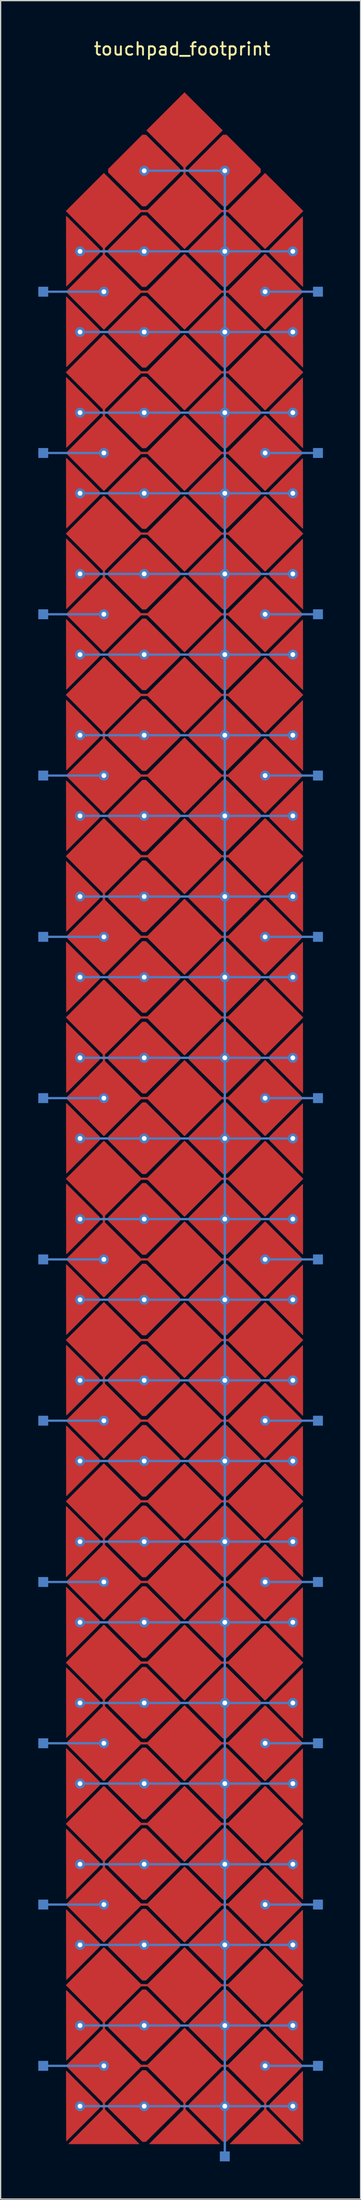
<source format=kicad_pcb>
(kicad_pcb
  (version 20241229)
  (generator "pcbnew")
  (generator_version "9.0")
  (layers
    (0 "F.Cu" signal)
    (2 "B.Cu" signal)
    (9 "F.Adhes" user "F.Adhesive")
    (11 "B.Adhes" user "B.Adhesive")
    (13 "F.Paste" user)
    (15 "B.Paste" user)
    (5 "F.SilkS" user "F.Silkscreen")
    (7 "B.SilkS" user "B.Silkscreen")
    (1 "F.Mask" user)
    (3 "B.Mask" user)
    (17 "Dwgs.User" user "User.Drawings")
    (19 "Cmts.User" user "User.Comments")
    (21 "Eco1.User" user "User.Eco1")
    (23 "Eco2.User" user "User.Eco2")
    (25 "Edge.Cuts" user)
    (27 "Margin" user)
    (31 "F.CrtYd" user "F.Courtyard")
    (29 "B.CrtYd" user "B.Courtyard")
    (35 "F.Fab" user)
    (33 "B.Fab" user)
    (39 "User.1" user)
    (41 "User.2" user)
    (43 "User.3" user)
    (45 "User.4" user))
  (footprint "touchpad_footprint"
    (layer "F.Cu")
    (at 2.225 20.172)
    (property "Reference" "touchpad_footprint" (at 9.234 -19.324 0) (layer "F.SilkS") (effects (font (size 1 1) (thickness 0.15))))
    (attr through_hole)
    (fp_line (start 3 -3.42) (end 3 -3) (stroke (width 0.18) (type solid)) (layer "F.Cu"))
    (fp_line (start 3 9.42) (end 3 9.84) (stroke (width 0.18) (type solid)) (layer "F.Cu"))
    (fp_line (start 3 22.26) (end 3 22.68) (stroke (width 0.18) (type solid)) (layer "F.Cu"))
    (fp_line (start 3 35.1) (end 3 35.52) (stroke (width 0.18) (type solid)) (layer "F.Cu"))
    (fp_line (start 3 47.94) (end 3 48.36) (stroke (width 0.18) (type solid)) (layer "F.Cu"))
    (fp_line (start 3 60.78) (end 3 61.2) (stroke (width 0.18) (type solid)) (layer "F.Cu"))
    (fp_line (start 3 73.62) (end 3 74.04) (stroke (width 0.18) (type solid)) (layer "F.Cu"))
    (fp_line (start 3 86.46) (end 3 86.88) (stroke (width 0.18) (type solid)) (layer "F.Cu"))
    (fp_line (start 3 99.3) (end 3 99.72) (stroke (width 0.18) (type solid)) (layer "F.Cu"))
    (fp_line (start 3 112.14) (end 3 112.56) (stroke (width 0.18) (type solid)) (layer "F.Cu"))
    (fp_line (start 3 124.98) (end 3 125.4) (stroke (width 0.18) (type solid)) (layer "F.Cu"))
    (fp_line (start 3 137.82) (end 3 138.24) (stroke (width 0.18) (type solid)) (layer "F.Cu"))
    (fp_line (start 3 144.91) (end 3 144.05) (stroke (width 0.18) (type solid)) (layer "F.Cu"))
    (fp_line (start 6 -6.42) (end 6.42 -6.42) (stroke (width 0.18) (type solid)) (layer "F.Cu"))
    (fp_line (start 6 0) (end 6.42 0) (stroke (width 0.18) (type solid)) (layer "F.Cu"))
    (fp_line (start 6 6.42) (end 6.42 6.42) (stroke (width 0.18) (type solid)) (layer "F.Cu"))
    (fp_line (start 6 12.84) (end 6.42 12.84) (stroke (width 0.18) (type solid)) (layer "F.Cu"))
    (fp_line (start 6 19.26) (end 6.42 19.26) (stroke (width 0.18) (type solid)) (layer "F.Cu"))
    (fp_line (start 6 25.68) (end 6.42 25.68) (stroke (width 0.18) (type solid)) (layer "F.Cu"))
    (fp_line (start 6 32.1) (end 6.42 32.1) (stroke (width 0.18) (type solid)) (layer "F.Cu"))
    (fp_line (start 6 38.52) (end 6.42 38.52) (stroke (width 0.18) (type solid)) (layer "F.Cu"))
    (fp_line (start 6 44.94) (end 6.42 44.94) (stroke (width 0.18) (type solid)) (layer "F.Cu"))
    (fp_line (start 6 51.36) (end 6.42 51.36) (stroke (width 0.18) (type solid)) (layer "F.Cu"))
    (fp_line (start 6 57.78) (end 6.42 57.78) (stroke (width 0.18) (type solid)) (layer "F.Cu"))
    (fp_line (start 6 64.2) (end 6.42 64.2) (stroke (width 0.18) (type solid)) (layer "F.Cu"))
    (fp_line (start 6 70.62) (end 6.42 70.62) (stroke (width 0.18) (type solid)) (layer "F.Cu"))
    (fp_line (start 6 77.04) (end 6.42 77.04) (stroke (width 0.18) (type solid)) (layer "F.Cu"))
    (fp_line (start 6 83.46) (end 6.42 83.46) (stroke (width 0.18) (type solid)) (layer "F.Cu"))
    (fp_line (start 6 89.88) (end 6.42 89.88) (stroke (width 0.18) (type solid)) (layer "F.Cu"))
    (fp_line (start 6 96.3) (end 6.42 96.3) (stroke (width 0.18) (type solid)) (layer "F.Cu"))
    (fp_line (start 6 102.72) (end 6.42 102.72) (stroke (width 0.18) (type solid)) (layer "F.Cu"))
    (fp_line (start 6 109.14) (end 6.42 109.14) (stroke (width 0.18) (type solid)) (layer "F.Cu"))
    (fp_line (start 6 115.56) (end 6.42 115.56) (stroke (width 0.18) (type solid)) (layer "F.Cu"))
    (fp_line (start 6 121.98) (end 6.42 121.98) (stroke (width 0.18) (type solid)) (layer "F.Cu"))
    (fp_line (start 6 128.4) (end 6.42 128.4) (stroke (width 0.18) (type solid)) (layer "F.Cu"))
    (fp_line (start 6 134.82) (end 6.42 134.82) (stroke (width 0.18) (type solid)) (layer "F.Cu"))
    (fp_line (start 6 141.24) (end 6.42 141.24) (stroke (width 0.18) (type solid)) (layer "F.Cu"))
    (fp_line (start 9.42 -10.05) (end 9.42 -9.21) (stroke (width 0.18) (type solid)) (layer "F.Cu"))
    (fp_line (start 9.42 144.89) (end 9.42 144.05) (stroke (width 0.18) (type solid)) (layer "F.Cu"))
    (fp_line (start 12.42 -6.42) (end 12.84 -6.42) (stroke (width 0.18) (type solid)) (layer "F.Cu"))
    (fp_line (start 12.42 0) (end 12.84 0) (stroke (width 0.18) (type solid)) (layer "F.Cu"))
    (fp_line (start 12.42 6.42) (end 12.84 6.42) (stroke (width 0.18) (type solid)) (layer "F.Cu"))
    (fp_line (start 12.42 12.84) (end 12.84 12.84) (stroke (width 0.18) (type solid)) (layer "F.Cu"))
    (fp_line (start 12.42 19.26) (end 12.84 19.26) (stroke (width 0.18) (type solid)) (layer "F.Cu"))
    (fp_line (start 12.42 25.68) (end 12.84 25.68) (stroke (width 0.18) (type solid)) (layer "F.Cu"))
    (fp_line (start 12.42 32.1) (end 12.84 32.1) (stroke (width 0.18) (type solid)) (layer "F.Cu"))
    (fp_line (start 12.42 38.52) (end 12.84 38.52) (stroke (width 0.18) (type solid)) (layer "F.Cu"))
    (fp_line (start 12.42 44.94) (end 12.84 44.94) (stroke (width 0.18) (type solid)) (layer "F.Cu"))
    (fp_line (start 12.42 51.36) (end 12.84 51.36) (stroke (width 0.18) (type solid)) (layer "F.Cu"))
    (fp_line (start 12.42 57.78) (end 12.84 57.78) (stroke (width 0.18) (type solid)) (layer "F.Cu"))
    (fp_line (start 12.42 64.2) (end 12.84 64.2) (stroke (width 0.18) (type solid)) (layer "F.Cu"))
    (fp_line (start 12.42 70.62) (end 12.84 70.62) (stroke (width 0.18) (type solid)) (layer "F.Cu"))
    (fp_line (start 12.42 77.04) (end 12.84 77.04) (stroke (width 0.18) (type solid)) (layer "F.Cu"))
    (fp_line (start 12.42 83.46) (end 12.84 83.46) (stroke (width 0.18) (type solid)) (layer "F.Cu"))
    (fp_line (start 12.42 89.88) (end 12.84 89.88) (stroke (width 0.18) (type solid)) (layer "F.Cu"))
    (fp_line (start 12.42 96.3) (end 12.84 96.3) (stroke (width 0.18) (type solid)) (layer "F.Cu"))
    (fp_line (start 12.42 102.72) (end 12.84 102.72) (stroke (width 0.18) (type solid)) (layer "F.Cu"))
    (fp_line (start 12.42 109.14) (end 12.84 109.14) (stroke (width 0.18) (type solid)) (layer "F.Cu"))
    (fp_line (start 12.42 115.56) (end 12.84 115.56) (stroke (width 0.18) (type solid)) (layer "F.Cu"))
    (fp_line (start 12.42 121.98) (end 12.84 121.98) (stroke (width 0.18) (type solid)) (layer "F.Cu"))
    (fp_line (start 12.42 128.4) (end 12.84 128.4) (stroke (width 0.18) (type solid)) (layer "F.Cu"))
    (fp_line (start 12.42 134.82) (end 12.84 134.82) (stroke (width 0.18) (type solid)) (layer "F.Cu"))
    (fp_line (start 12.42 141.24) (end 12.84 141.24) (stroke (width 0.18) (type solid)) (layer "F.Cu"))
    (fp_line (start 15.85 144.89) (end 15.85 144.05) (stroke (width 0.18) (type solid)) (layer "F.Cu"))
    (fp_poly (pts (xy 2.79 99.51) (xy 0 102.3) (xy 0 96.72)) (stroke (width 0.05) (type solid)) (fill yes) (layer "F.Cu"))
    (fp_poly (pts (xy 3 144.66) (xy 0.21 147.45) (xy 5.79 147.45)) (stroke (width 0.05) (type solid)) (fill yes) (layer "F.Cu"))
    (fp_poly (pts (xy 9.43 144.66) (xy 6.64 147.45) (xy 12.22 147.45)) (stroke (width 0.05) (type solid)) (fill yes) (layer "F.Cu"))
    (fp_poly (pts (xy 15.85 144.66) (xy 13.06 147.45) (xy 18.64 147.45)) (stroke (width 0.05) (type solid)) (fill yes) (layer "F.Cu"))
    (fp_poly (pts (xy 2.65 -3.35) (xy 2.65 -3.08) (xy 0.02 -0.45) (xy 0.01 -6)) (stroke (width 0.05) (type solid)) (fill yes) (layer "F.Cu"))
    (fp_poly (pts (xy 2.65 3.07) (xy 2.65 3.34) (xy 0.02 5.97) (xy 0.01 0.42)) (stroke (width 0.05) (type solid)) (fill yes) (layer "F.Cu"))
    (fp_poly (pts (xy 2.65 9.49) (xy 2.65 9.76) (xy 0.02 12.39) (xy 0.01 6.84)) (stroke (width 0.05) (type solid)) (fill yes) (layer "F.Cu"))
    (fp_poly (pts (xy 2.65 15.91) (xy 2.65 16.18) (xy 0.02 18.81) (xy 0.01 13.26)) (stroke (width 0.05) (type solid)) (fill yes) (layer "F.Cu"))
    (fp_poly (pts (xy 2.65 22.33) (xy 2.65 22.6) (xy 0.02 25.23) (xy 0.01 19.68)) (stroke (width 0.05) (type solid)) (fill yes) (layer "F.Cu"))
    (fp_poly (pts (xy 2.65 28.75) (xy 2.65 29.02) (xy 0.02 31.65) (xy 0.01 26.1)) (stroke (width 0.05) (type solid)) (fill yes) (layer "F.Cu"))
    (fp_poly (pts (xy 2.65 35.17) (xy 2.65 35.44) (xy 0.02 38.07) (xy 0.01 32.52)) (stroke (width 0.05) (type solid)) (fill yes) (layer "F.Cu"))
    (fp_poly (pts (xy 2.65 41.59) (xy 2.65 41.86) (xy 0.02 44.49) (xy 0.01 38.94)) (stroke (width 0.05) (type solid)) (fill yes) (layer "F.Cu"))
    (fp_poly (pts (xy 2.65 48.01) (xy 2.65 48.28) (xy 0.02 50.91) (xy 0.01 45.36)) (stroke (width 0.05) (type solid)) (fill yes) (layer "F.Cu"))
    (fp_poly (pts (xy 2.65 54.43) (xy 2.65 54.7) (xy 0.02 57.33) (xy 0.01 51.78)) (stroke (width 0.05) (type solid)) (fill yes) (layer "F.Cu"))
    (fp_poly (pts (xy 2.65 60.85) (xy 2.65 61.12) (xy 0.02 63.75) (xy 0.01 58.2)) (stroke (width 0.05) (type solid)) (fill yes) (layer "F.Cu"))
    (fp_poly (pts (xy 2.65 67.27) (xy 2.65 67.54) (xy 0.02 70.17) (xy 0.01 64.62)) (stroke (width 0.05) (type solid)) (fill yes) (layer "F.Cu"))
    (fp_poly (pts (xy 2.65 73.69) (xy 2.65 73.96) (xy 0.02 76.59) (xy 0.01 71.04)) (stroke (width 0.05) (type solid)) (fill yes) (layer "F.Cu"))
    (fp_poly (pts (xy 2.65 80.11) (xy 2.65 80.38) (xy 0.02 83.01) (xy 0.01 77.46)) (stroke (width 0.05) (type solid)) (fill yes) (layer "F.Cu"))
    (fp_poly (pts (xy 2.65 86.53) (xy 2.65 86.8) (xy 0.02 89.43) (xy 0.01 83.88)) (stroke (width 0.05) (type solid)) (fill yes) (layer "F.Cu"))
    (fp_poly (pts (xy 2.65 92.95) (xy 2.65 93.22) (xy 0.02 95.85) (xy 0.01 90.3)) (stroke (width 0.05) (type solid)) (fill yes) (layer "F.Cu"))
    (fp_poly (pts (xy 2.65 99.37) (xy 2.65 99.64) (xy 0.02 102.27) (xy 0.01 96.72)) (stroke (width 0.05) (type solid)) (fill yes) (layer "F.Cu"))
    (fp_poly (pts (xy 2.65 105.79) (xy 2.65 106.06) (xy 0.02 108.69) (xy 0.01 103.14)) (stroke (width 0.05) (type solid)) (fill yes) (layer "F.Cu"))
    (fp_poly (pts (xy 2.65 112.21) (xy 2.65 112.48) (xy 0.02 115.11) (xy 0.01 109.56)) (stroke (width 0.05) (type solid)) (fill yes) (layer "F.Cu"))
    (fp_poly (pts (xy 2.65 118.63) (xy 2.65 118.9) (xy 0.02 121.53) (xy 0.01 115.98)) (stroke (width 0.05) (type solid)) (fill yes) (layer "F.Cu"))
    (fp_poly (pts (xy 2.65 125.05) (xy 2.65 125.32) (xy 0.02 127.95) (xy 0.01 122.4)) (stroke (width 0.05) (type solid)) (fill yes) (layer "F.Cu"))
    (fp_poly (pts (xy 2.65 131.47) (xy 2.65 131.74) (xy 0.02 134.37) (xy 0.01 128.82)) (stroke (width 0.05) (type solid)) (fill yes) (layer "F.Cu"))
    (fp_poly (pts (xy 2.65 137.89) (xy 2.65 138.16) (xy 0.02 140.79) (xy 0.01 135.24)) (stroke (width 0.05) (type solid)) (fill yes) (layer "F.Cu"))
    (fp_poly (pts (xy 2.65 144.31) (xy 2.65 144.58) (xy 0.02 147.21) (xy 0.01 141.66)) (stroke (width 0.05) (type solid)) (fill yes) (layer "F.Cu"))
    (fp_poly (pts (xy 6.01 -6.42) (xy 3 -3.42) (xy 0 -6.42) (xy 3 -9.42)) (stroke (width 0.05) (type solid)) (fill yes) (layer "F.Cu"))
    (fp_poly (pts (xy 6.01 0) (xy 3 3) (xy 0 0) (xy 3 -3)) (stroke (width 0.05) (type solid)) (fill yes) (layer "F.Cu"))
    (fp_poly (pts (xy 6.01 6.42) (xy 3 9.42) (xy 0 6.42) (xy 3 3.42)) (stroke (width 0.05) (type solid)) (fill yes) (layer "F.Cu"))
    (fp_poly (pts (xy 6.01 12.84) (xy 3 15.84) (xy 0 12.84) (xy 3 9.84)) (stroke (width 0.05) (type solid)) (fill yes) (layer "F.Cu"))
    (fp_poly (pts (xy 6.01 19.26) (xy 3 22.26) (xy 0 19.26) (xy 3 16.26)) (stroke (width 0.05) (type solid)) (fill yes) (layer "F.Cu"))
    (fp_poly (pts (xy 6.01 25.68) (xy 3 28.68) (xy 0 25.68) (xy 3 22.68)) (stroke (width 0.05) (type solid)) (fill yes) (layer "F.Cu"))
    (fp_poly (pts (xy 6.01 32.1) (xy 3 35.1) (xy 0 32.1) (xy 3 29.1)) (stroke (width 0.05) (type solid)) (fill yes) (layer "F.Cu"))
    (fp_poly (pts (xy 6.01 38.52) (xy 3 41.52) (xy 0 38.52) (xy 3 35.52)) (stroke (width 0.05) (type solid)) (fill yes) (layer "F.Cu"))
    (fp_poly (pts (xy 6.01 44.94) (xy 3 47.94) (xy 0 44.94) (xy 3 41.94)) (stroke (width 0.05) (type solid)) (fill yes) (layer "F.Cu"))
    (fp_poly (pts (xy 6.01 51.36) (xy 3 54.36) (xy 0 51.36) (xy 3 48.36)) (stroke (width 0.05) (type solid)) (fill yes) (layer "F.Cu"))
    (fp_poly (pts (xy 6.01 57.78) (xy 3 60.78) (xy 0 57.78) (xy 3 54.78)) (stroke (width 0.05) (type solid)) (fill yes) (layer "F.Cu"))
    (fp_poly (pts (xy 6.01 64.2) (xy 3 67.2) (xy 0 64.2) (xy 3 61.2)) (stroke (width 0.05) (type solid)) (fill yes) (layer "F.Cu"))
    (fp_poly (pts (xy 6.01 70.62) (xy 3 73.62) (xy 0 70.62) (xy 3 67.62)) (stroke (width 0.05) (type solid)) (fill yes) (layer "F.Cu"))
    (fp_poly (pts (xy 6.01 77.04) (xy 3 80.04) (xy 0 77.04) (xy 3 74.04)) (stroke (width 0.05) (type solid)) (fill yes) (layer "F.Cu"))
    (fp_poly (pts (xy 6.01 83.46) (xy 3 86.46) (xy 0 83.46) (xy 3 80.46)) (stroke (width 0.05) (type solid)) (fill yes) (layer "F.Cu"))
    (fp_poly (pts (xy 6.01 89.88) (xy 3 92.88) (xy 0 89.88) (xy 3 86.88)) (stroke (width 0.05) (type solid)) (fill yes) (layer "F.Cu"))
    (fp_poly (pts (xy 6.01 96.3) (xy 3 99.3) (xy 0 96.3) (xy 3 93.3)) (stroke (width 0.05) (type solid)) (fill yes) (layer "F.Cu"))
    (fp_poly (pts (xy 6.01 102.72) (xy 3 105.72) (xy 0 102.72) (xy 3 99.72)) (stroke (width 0.05) (type solid)) (fill yes) (layer "F.Cu"))
    (fp_poly (pts (xy 6.01 109.14) (xy 3 112.14) (xy 0 109.14) (xy 3 106.14)) (stroke (width 0.05) (type solid)) (fill yes) (layer "F.Cu"))
    (fp_poly (pts (xy 6.01 115.56) (xy 3 118.56) (xy 0 115.56) (xy 3 112.56)) (stroke (width 0.05) (type solid)) (fill yes) (layer "F.Cu"))
    (fp_poly (pts (xy 6.01 121.98) (xy 3 124.98) (xy 0 121.98) (xy 3 118.98)) (stroke (width 0.05) (type solid)) (fill yes) (layer "F.Cu"))
    (fp_poly (pts (xy 6.01 128.4) (xy 3 131.4) (xy 0 128.4) (xy 3 125.4)) (stroke (width 0.05) (type solid)) (fill yes) (layer "F.Cu"))
    (fp_poly (pts (xy 6.01 134.82) (xy 3 137.82) (xy 0 134.82) (xy 3 131.82)) (stroke (width 0.05) (type solid)) (fill yes) (layer "F.Cu"))
    (fp_poly (pts (xy 6.01 141.24) (xy 3 144.24) (xy 0 141.24) (xy 3 138.24)) (stroke (width 0.05) (type solid)) (fill yes) (layer "F.Cu"))
    (fp_poly (pts (xy 12.43 -12.84) (xy 9.42 -9.84) (xy 6.42 -12.84) (xy 9.42 -15.84)) (stroke (width 0.05) (type solid)) (fill yes) (layer "F.Cu"))
    (fp_poly (pts (xy 12.43 -6.42) (xy 9.42 -3.42) (xy 6.42 -6.42) (xy 9.42 -9.42)) (stroke (width 0.05) (type solid)) (fill yes) (layer "F.Cu"))
    (fp_poly (pts (xy 12.43 0) (xy 9.42 3) (xy 6.42 0) (xy 9.42 -3)) (stroke (width 0.05) (type solid)) (fill yes) (layer "F.Cu"))
    (fp_poly (pts (xy 12.43 6.42) (xy 9.42 9.42) (xy 6.42 6.42) (xy 9.42 3.42)) (stroke (width 0.05) (type solid)) (fill yes) (layer "F.Cu"))
    (fp_poly (pts (xy 12.43 12.84) (xy 9.42 15.84) (xy 6.42 12.84) (xy 9.42 9.84)) (stroke (width 0.05) (type solid)) (fill yes) (layer "F.Cu"))
    (fp_poly (pts (xy 12.43 19.26) (xy 9.42 22.26) (xy 6.42 19.26) (xy 9.42 16.26)) (stroke (width 0.05) (type solid)) (fill yes) (layer "F.Cu"))
    (fp_poly (pts (xy 12.43 25.68) (xy 9.42 28.68) (xy 6.42 25.68) (xy 9.42 22.68)) (stroke (width 0.05) (type solid)) (fill yes) (layer "F.Cu"))
    (fp_poly (pts (xy 12.43 32.1) (xy 9.42 35.1) (xy 6.42 32.1) (xy 9.42 29.1)) (stroke (width 0.05) (type solid)) (fill yes) (layer "F.Cu"))
    (fp_poly (pts (xy 12.43 38.52) (xy 9.42 41.52) (xy 6.42 38.52) (xy 9.42 35.52)) (stroke (width 0.05) (type solid)) (fill yes) (layer "F.Cu"))
    (fp_poly (pts (xy 12.43 44.94) (xy 9.42 47.94) (xy 6.42 44.94) (xy 9.42 41.94)) (stroke (width 0.05) (type solid)) (fill yes) (layer "F.Cu"))
    (fp_poly (pts (xy 12.43 51.36) (xy 9.42 54.36) (xy 6.42 51.36) (xy 9.42 48.36)) (stroke (width 0.05) (type solid)) (fill yes) (layer "F.Cu"))
    (fp_poly (pts (xy 12.43 57.78) (xy 9.42 60.78) (xy 6.42 57.78) (xy 9.42 54.78)) (stroke (width 0.05) (type solid)) (fill yes) (layer "F.Cu"))
    (fp_poly (pts (xy 12.43 64.2) (xy 9.42 67.2) (xy 6.42 64.2) (xy 9.42 61.2)) (stroke (width 0.05) (type solid)) (fill yes) (layer "F.Cu"))
    (fp_poly (pts (xy 12.43 70.62) (xy 9.42 73.62) (xy 6.42 70.62) (xy 9.42 67.62)) (stroke (width 0.05) (type solid)) (fill yes) (layer "F.Cu"))
    (fp_poly (pts (xy 12.43 77.04) (xy 9.42 80.04) (xy 6.42 77.04) (xy 9.42 74.04)) (stroke (width 0.05) (type solid)) (fill yes) (layer "F.Cu"))
    (fp_poly (pts (xy 12.43 83.46) (xy 9.42 86.46) (xy 6.42 83.46) (xy 9.42 80.46)) (stroke (width 0.05) (type solid)) (fill yes) (layer "F.Cu"))
    (fp_poly (pts (xy 12.43 89.88) (xy 9.42 92.88) (xy 6.42 89.88) (xy 9.42 86.88)) (stroke (width 0.05) (type solid)) (fill yes) (layer "F.Cu"))
    (fp_poly (pts (xy 12.43 96.3) (xy 9.42 99.3) (xy 6.42 96.3) (xy 9.42 93.3)) (stroke (width 0.05) (type solid)) (fill yes) (layer "F.Cu"))
    (fp_poly (pts (xy 12.43 102.72) (xy 9.42 105.72) (xy 6.42 102.72) (xy 9.42 99.72)) (stroke (width 0.05) (type solid)) (fill yes) (layer "F.Cu"))
    (fp_poly (pts (xy 12.43 109.14) (xy 9.42 112.14) (xy 6.42 109.14) (xy 9.42 106.14)) (stroke (width 0.05) (type solid)) (fill yes) (layer "F.Cu"))
    (fp_poly (pts (xy 12.43 115.56) (xy 9.42 118.56) (xy 6.42 115.56) (xy 9.42 112.56)) (stroke (width 0.05) (type solid)) (fill yes) (layer "F.Cu"))
    (fp_poly (pts (xy 12.43 121.98) (xy 9.42 124.98) (xy 6.42 121.98) (xy 9.42 118.98)) (stroke (width 0.05) (type solid)) (fill yes) (layer "F.Cu"))
    (fp_poly (pts (xy 12.43 128.4) (xy 9.42 131.4) (xy 6.42 128.4) (xy 9.42 125.4)) (stroke (width 0.05) (type solid)) (fill yes) (layer "F.Cu"))
    (fp_poly (pts (xy 12.43 134.82) (xy 9.42 137.82) (xy 6.42 134.82) (xy 9.42 131.82)) (stroke (width 0.05) (type solid)) (fill yes) (layer "F.Cu"))
    (fp_poly (pts (xy 12.43 141.24) (xy 9.42 144.24) (xy 6.42 141.24) (xy 9.42 138.24)) (stroke (width 0.05) (type solid)) (fill yes) (layer "F.Cu"))
    (fp_poly (pts (xy 16.2 -3.07) (xy 16.2 -3.34) (xy 18.83 -5.97) (xy 18.84 -0.42)) (stroke (width 0.05) (type solid)) (fill yes) (layer "F.Cu"))
    (fp_poly (pts (xy 16.2 3.35) (xy 16.2 3.08) (xy 18.83 0.45) (xy 18.84 6)) (stroke (width 0.05) (type solid)) (fill yes) (layer "F.Cu"))
    (fp_poly (pts (xy 16.2 9.77) (xy 16.2 9.5) (xy 18.83 6.87) (xy 18.84 12.42)) (stroke (width 0.05) (type solid)) (fill yes) (layer "F.Cu"))
    (fp_poly (pts (xy 16.2 16.19) (xy 16.2 15.92) (xy 18.83 13.29) (xy 18.84 18.84)) (stroke (width 0.05) (type solid)) (fill yes) (layer "F.Cu"))
    (fp_poly (pts (xy 16.2 22.61) (xy 16.2 22.34) (xy 18.83 19.71) (xy 18.84 25.26)) (stroke (width 0.05) (type solid)) (fill yes) (layer "F.Cu"))
    (fp_poly (pts (xy 16.2 29.03) (xy 16.2 28.76) (xy 18.83 26.13) (xy 18.84 31.68)) (stroke (width 0.05) (type solid)) (fill yes) (layer "F.Cu"))
    (fp_poly (pts (xy 16.2 35.45) (xy 16.2 35.18) (xy 18.83 32.55) (xy 18.84 38.1)) (stroke (width 0.05) (type solid)) (fill yes) (layer "F.Cu"))
    (fp_poly (pts (xy 16.2 41.87) (xy 16.2 41.6) (xy 18.83 38.97) (xy 18.84 44.52)) (stroke (width 0.05) (type solid)) (fill yes) (layer "F.Cu"))
    (fp_poly (pts (xy 16.2 48.29) (xy 16.2 48.02) (xy 18.83 45.39) (xy 18.84 50.94)) (stroke (width 0.05) (type solid)) (fill yes) (layer "F.Cu"))
    (fp_poly (pts (xy 16.2 54.71) (xy 16.2 54.44) (xy 18.83 51.81) (xy 18.84 57.36)) (stroke (width 0.05) (type solid)) (fill yes) (layer "F.Cu"))
    (fp_poly (pts (xy 16.2 61.13) (xy 16.2 60.86) (xy 18.83 58.23) (xy 18.84 63.78)) (stroke (width 0.05) (type solid)) (fill yes) (layer "F.Cu"))
    (fp_poly (pts (xy 16.2 67.55) (xy 16.2 67.28) (xy 18.83 64.65) (xy 18.84 70.2)) (stroke (width 0.05) (type solid)) (fill yes) (layer "F.Cu"))
    (fp_poly (pts (xy 16.2 73.97) (xy 16.2 73.7) (xy 18.83 71.07) (xy 18.84 76.62)) (stroke (width 0.05) (type solid)) (fill yes) (layer "F.Cu"))
    (fp_poly (pts (xy 16.2 80.39) (xy 16.2 80.12) (xy 18.83 77.49) (xy 18.84 83.04)) (stroke (width 0.05) (type solid)) (fill yes) (layer "F.Cu"))
    (fp_poly (pts (xy 16.2 86.81) (xy 16.2 86.54) (xy 18.83 83.91) (xy 18.84 89.46)) (stroke (width 0.05) (type solid)) (fill yes) (layer "F.Cu"))
    (fp_poly (pts (xy 16.2 93.23) (xy 16.2 92.96) (xy 18.83 90.33) (xy 18.84 95.88)) (stroke (width 0.05) (type solid)) (fill yes) (layer "F.Cu"))
    (fp_poly (pts (xy 16.2 99.65) (xy 16.2 99.38) (xy 18.83 96.75) (xy 18.84 102.3)) (stroke (width 0.05) (type solid)) (fill yes) (layer "F.Cu"))
    (fp_poly (pts (xy 16.2 106.07) (xy 16.2 105.8) (xy 18.83 103.17) (xy 18.84 108.72)) (stroke (width 0.05) (type solid)) (fill yes) (layer "F.Cu"))
    (fp_poly (pts (xy 16.2 112.49) (xy 16.2 112.22) (xy 18.83 109.59) (xy 18.84 115.14)) (stroke (width 0.05) (type solid)) (fill yes) (layer "F.Cu"))
    (fp_poly (pts (xy 16.2 118.91) (xy 16.2 118.64) (xy 18.83 116.01) (xy 18.84 121.56)) (stroke (width 0.05) (type solid)) (fill yes) (layer "F.Cu"))
    (fp_poly (pts (xy 16.2 125.33) (xy 16.2 125.06) (xy 18.83 122.43) (xy 18.84 127.98)) (stroke (width 0.05) (type solid)) (fill yes) (layer "F.Cu"))
    (fp_poly (pts (xy 16.2 131.75) (xy 16.2 131.48) (xy 18.83 128.85) (xy 18.84 134.4)) (stroke (width 0.05) (type solid)) (fill yes) (layer "F.Cu"))
    (fp_poly (pts (xy 16.2 138.17) (xy 16.2 137.9) (xy 18.83 135.27) (xy 18.84 140.82)) (stroke (width 0.05) (type solid)) (fill yes) (layer "F.Cu"))
    (fp_poly (pts (xy 16.2 144.59) (xy 16.2 144.32) (xy 18.83 141.69) (xy 18.84 147.24)) (stroke (width 0.05) (type solid)) (fill yes) (layer "F.Cu"))
    (fp_poly (pts (xy 18.85 -6.42) (xy 15.84 -3.42) (xy 12.84 -6.42) (xy 15.84 -9.42)) (stroke (width 0.05) (type solid)) (fill yes) (layer "F.Cu"))
    (fp_poly (pts (xy 18.85 0) (xy 15.84 3) (xy 12.84 0) (xy 15.84 -3)) (stroke (width 0.05) (type solid)) (fill yes) (layer "F.Cu"))
    (fp_poly (pts (xy 18.85 6.42) (xy 15.84 9.42) (xy 12.84 6.42) (xy 15.84 3.42)) (stroke (width 0.05) (type solid)) (fill yes) (layer "F.Cu"))
    (fp_poly (pts (xy 18.85 12.84) (xy 15.84 15.84) (xy 12.84 12.84) (xy 15.84 9.84)) (stroke (width 0.05) (type solid)) (fill yes) (layer "F.Cu"))
    (fp_poly (pts (xy 18.85 19.26) (xy 15.84 22.26) (xy 12.84 19.26) (xy 15.84 16.26)) (stroke (width 0.05) (type solid)) (fill yes) (layer "F.Cu"))
    (fp_poly (pts (xy 18.85 25.68) (xy 15.84 28.68) (xy 12.84 25.68) (xy 15.84 22.68)) (stroke (width 0.05) (type solid)) (fill yes) (layer "F.Cu"))
    (fp_poly (pts (xy 18.85 32.1) (xy 15.84 35.1) (xy 12.84 32.1) (xy 15.84 29.1)) (stroke (width 0.05) (type solid)) (fill yes) (layer "F.Cu"))
    (fp_poly (pts (xy 18.85 38.52) (xy 15.84 41.52) (xy 12.84 38.52) (xy 15.84 35.52)) (stroke (width 0.05) (type solid)) (fill yes) (layer "F.Cu"))
    (fp_poly (pts (xy 18.85 44.94) (xy 15.84 47.94) (xy 12.84 44.94) (xy 15.84 41.94)) (stroke (width 0.05) (type solid)) (fill yes) (layer "F.Cu"))
    (fp_poly (pts (xy 18.85 51.36) (xy 15.84 54.36) (xy 12.84 51.36) (xy 15.84 48.36)) (stroke (width 0.05) (type solid)) (fill yes) (layer "F.Cu"))
    (fp_poly (pts (xy 18.85 57.78) (xy 15.84 60.78) (xy 12.84 57.78) (xy 15.84 54.78)) (stroke (width 0.05) (type solid)) (fill yes) (layer "F.Cu"))
    (fp_poly (pts (xy 18.85 64.2) (xy 15.84 67.2) (xy 12.84 64.2) (xy 15.84 61.2)) (stroke (width 0.05) (type solid)) (fill yes) (layer "F.Cu"))
    (fp_poly (pts (xy 18.85 70.62) (xy 15.84 73.62) (xy 12.84 70.62) (xy 15.84 67.62)) (stroke (width 0.05) (type solid)) (fill yes) (layer "F.Cu"))
    (fp_poly (pts (xy 18.85 77.04) (xy 15.84 80.04) (xy 12.84 77.04) (xy 15.84 74.04)) (stroke (width 0.05) (type solid)) (fill yes) (layer "F.Cu"))
    (fp_poly (pts (xy 18.85 83.46) (xy 15.84 86.46) (xy 12.84 83.46) (xy 15.84 80.46)) (stroke (width 0.05) (type solid)) (fill yes) (layer "F.Cu"))
    (fp_poly (pts (xy 18.85 89.88) (xy 15.84 92.88) (xy 12.84 89.88) (xy 15.84 86.88)) (stroke (width 0.05) (type solid)) (fill yes) (layer "F.Cu"))
    (fp_poly (pts (xy 18.85 96.3) (xy 15.84 99.3) (xy 12.84 96.3) (xy 15.84 93.3)) (stroke (width 0.05) (type solid)) (fill yes) (layer "F.Cu"))
    (fp_poly (pts (xy 18.85 102.72) (xy 15.84 105.72) (xy 12.84 102.72) (xy 15.84 99.72)) (stroke (width 0.05) (type solid)) (fill yes) (layer "F.Cu"))
    (fp_poly (pts (xy 18.85 109.14) (xy 15.84 112.14) (xy 12.84 109.14) (xy 15.84 106.14)) (stroke (width 0.05) (type solid)) (fill yes) (layer "F.Cu"))
    (fp_poly (pts (xy 18.85 115.56) (xy 15.84 118.56) (xy 12.84 115.56) (xy 15.84 112.56)) (stroke (width 0.05) (type solid)) (fill yes) (layer "F.Cu"))
    (fp_poly (pts (xy 18.85 121.98) (xy 15.84 124.98) (xy 12.84 121.98) (xy 15.84 118.98)) (stroke (width 0.05) (type solid)) (fill yes) (layer "F.Cu"))
    (fp_poly (pts (xy 18.85 128.4) (xy 15.84 131.4) (xy 12.84 128.4) (xy 15.84 125.4)) (stroke (width 0.05) (type solid)) (fill yes) (layer "F.Cu"))
    (fp_poly (pts (xy 18.85 134.82) (xy 15.84 137.82) (xy 12.84 134.82) (xy 15.84 131.82)) (stroke (width 0.05) (type solid)) (fill yes) (layer "F.Cu"))
    (fp_poly (pts (xy 18.85 141.24) (xy 15.84 144.24) (xy 12.84 141.24) (xy 15.84 138.24)) (stroke (width 0.05) (type solid)) (fill yes) (layer "F.Cu"))
    (fp_poly (pts (xy 9.05 -9.77) (xy 9.05 -9.51) (xy 6.34 -6.82) (xy 6.07 -6.82) (xy 3.36 -9.5) (xy 3.36 -9.76) (xy 6.07 -12.47) (xy 6.34 -12.47)) (stroke (width 0.05) (type solid)) (fill yes) (layer "F.Cu"))
    (fp_poly (pts (xy 9.05 -3.35) (xy 9.05 -3.09) (xy 6.34 -0.4) (xy 6.07 -0.4) (xy 3.36 -3.08) (xy 3.36 -3.34) (xy 6.07 -6.05) (xy 6.34 -6.05)) (stroke (width 0.05) (type solid)) (fill yes) (layer "F.Cu"))
    (fp_poly (pts (xy 9.05 3.07) (xy 9.05 3.33) (xy 6.34 6.02) (xy 6.07 6.02) (xy 3.36 3.34) (xy 3.36 3.08) (xy 6.07 0.37) (xy 6.34 0.37)) (stroke (width 0.05) (type solid)) (fill yes) (layer "F.Cu"))
    (fp_poly (pts (xy 9.05 9.49) (xy 9.05 9.75) (xy 6.34 12.44) (xy 6.07 12.44) (xy 3.36 9.76) (xy 3.36 9.5) (xy 6.07 6.79) (xy 6.34 6.79)) (stroke (width 0.05) (type solid)) (fill yes) (layer "F.Cu"))
    (fp_poly (pts (xy 9.05 15.91) (xy 9.05 16.17) (xy 6.34 18.86) (xy 6.07 18.86) (xy 3.36 16.18) (xy 3.36 15.92) (xy 6.07 13.21) (xy 6.34 13.21)) (stroke (width 0.05) (type solid)) (fill yes) (layer "F.Cu"))
    (fp_poly (pts (xy 9.05 22.33) (xy 9.05 22.59) (xy 6.34 25.28) (xy 6.07 25.28) (xy 3.36 22.6) (xy 3.36 22.34) (xy 6.07 19.63) (xy 6.34 19.63)) (stroke (width 0.05) (type solid)) (fill yes) (layer "F.Cu"))
    (fp_poly (pts (xy 9.05 28.75) (xy 9.05 29.01) (xy 6.34 31.7) (xy 6.07 31.7) (xy 3.36 29.02) (xy 3.36 28.76) (xy 6.07 26.05) (xy 6.34 26.05)) (stroke (width 0.05) (type solid)) (fill yes) (layer "F.Cu"))
    (fp_poly (pts (xy 9.05 35.17) (xy 9.05 35.43) (xy 6.34 38.12) (xy 6.07 38.12) (xy 3.36 35.44) (xy 3.36 35.18) (xy 6.07 32.47) (xy 6.34 32.47)) (stroke (width 0.05) (type solid)) (fill yes) (layer "F.Cu"))
    (fp_poly (pts (xy 9.05 41.59) (xy 9.05 41.85) (xy 6.34 44.54) (xy 6.07 44.54) (xy 3.36 41.86) (xy 3.36 41.6) (xy 6.07 38.89) (xy 6.34 38.89)) (stroke (width 0.05) (type solid)) (fill yes) (layer "F.Cu"))
    (fp_poly (pts (xy 9.05 48.01) (xy 9.05 48.27) (xy 6.34 50.96) (xy 6.07 50.96) (xy 3.36 48.28) (xy 3.36 48.02) (xy 6.07 45.31) (xy 6.34 45.31)) (stroke (width 0.05) (type solid)) (fill yes) (layer "F.Cu"))
    (fp_poly (pts (xy 9.05 54.43) (xy 9.05 54.69) (xy 6.34 57.38) (xy 6.07 57.38) (xy 3.36 54.7) (xy 3.36 54.44) (xy 6.07 51.73) (xy 6.34 51.73)) (stroke (width 0.05) (type solid)) (fill yes) (layer "F.Cu"))
    (fp_poly (pts (xy 9.05 60.85) (xy 9.05 61.11) (xy 6.34 63.8) (xy 6.07 63.8) (xy 3.36 61.12) (xy 3.36 60.86) (xy 6.07 58.15) (xy 6.34 58.15)) (stroke (width 0.05) (type solid)) (fill yes) (layer "F.Cu"))
    (fp_poly (pts (xy 9.05 67.27) (xy 9.05 67.53) (xy 6.34 70.22) (xy 6.07 70.22) (xy 3.36 67.54) (xy 3.36 67.28) (xy 6.07 64.57) (xy 6.34 64.57)) (stroke (width 0.05) (type solid)) (fill yes) (layer "F.Cu"))
    (fp_poly (pts (xy 9.05 73.69) (xy 9.05 73.95) (xy 6.34 76.64) (xy 6.07 76.64) (xy 3.36 73.96) (xy 3.36 73.7) (xy 6.07 70.99) (xy 6.34 70.99)) (stroke (width 0.05) (type solid)) (fill yes) (layer "F.Cu"))
    (fp_poly (pts (xy 9.05 80.11) (xy 9.05 80.37) (xy 6.34 83.06) (xy 6.07 83.06) (xy 3.36 80.38) (xy 3.36 80.12) (xy 6.07 77.41) (xy 6.34 77.41)) (stroke (width 0.05) (type solid)) (fill yes) (layer "F.Cu"))
    (fp_poly (pts (xy 9.05 86.53) (xy 9.05 86.79) (xy 6.34 89.48) (xy 6.07 89.48) (xy 3.36 86.8) (xy 3.36 86.54) (xy 6.07 83.83) (xy 6.34 83.83)) (stroke (width 0.05) (type solid)) (fill yes) (layer "F.Cu"))
    (fp_poly (pts (xy 9.05 92.95) (xy 9.05 93.21) (xy 6.34 95.9) (xy 6.07 95.9) (xy 3.36 93.22) (xy 3.36 92.96) (xy 6.07 90.25) (xy 6.34 90.25)) (stroke (width 0.05) (type solid)) (fill yes) (layer "F.Cu"))
    (fp_poly (pts (xy 9.05 99.37) (xy 9.05 99.63) (xy 6.34 102.32) (xy 6.07 102.32) (xy 3.36 99.64) (xy 3.36 99.38) (xy 6.07 96.67) (xy 6.34 96.67)) (stroke (width 0.05) (type solid)) (fill yes) (layer "F.Cu"))
    (fp_poly (pts (xy 9.05 105.79) (xy 9.05 106.05) (xy 6.34 108.74) (xy 6.07 108.74) (xy 3.36 106.06) (xy 3.36 105.8) (xy 6.07 103.09) (xy 6.34 103.09)) (stroke (width 0.05) (type solid)) (fill yes) (layer "F.Cu"))
    (fp_poly (pts (xy 9.05 112.21) (xy 9.05 112.47) (xy 6.34 115.16) (xy 6.07 115.16) (xy 3.36 112.48) (xy 3.36 112.22) (xy 6.07 109.51) (xy 6.34 109.51)) (stroke (width 0.05) (type solid)) (fill yes) (layer "F.Cu"))
    (fp_poly (pts (xy 9.05 118.63) (xy 9.05 118.89) (xy 6.34 121.58) (xy 6.07 121.58) (xy 3.36 118.9) (xy 3.36 118.64) (xy 6.07 115.93) (xy 6.34 115.93)) (stroke (width 0.05) (type solid)) (fill yes) (layer "F.Cu"))
    (fp_poly (pts (xy 9.05 125.05) (xy 9.05 125.31) (xy 6.34 128) (xy 6.07 128) (xy 3.36 125.32) (xy 3.36 125.06) (xy 6.07 122.35) (xy 6.34 122.35)) (stroke (width 0.05) (type solid)) (fill yes) (layer "F.Cu"))
    (fp_poly (pts (xy 9.05 131.47) (xy 9.05 131.73) (xy 6.34 134.42) (xy 6.07 134.42) (xy 3.36 131.74) (xy 3.36 131.48) (xy 6.07 128.77) (xy 6.34 128.77)) (stroke (width 0.05) (type solid)) (fill yes) (layer "F.Cu"))
    (fp_poly (pts (xy 9.05 137.89) (xy 9.05 138.15) (xy 6.34 140.84) (xy 6.07 140.84) (xy 3.36 138.16) (xy 3.36 137.9) (xy 6.07 135.19) (xy 6.34 135.19)) (stroke (width 0.05) (type solid)) (fill yes) (layer "F.Cu"))
    (fp_poly (pts (xy 9.05 144.31) (xy 9.05 144.57) (xy 6.34 147.26) (xy 6.07 147.26) (xy 3.36 144.58) (xy 3.36 144.32) (xy 6.07 141.61) (xy 6.34 141.61)) (stroke (width 0.05) (type solid)) (fill yes) (layer "F.Cu"))
    (fp_poly (pts (xy 15.47 -9.77) (xy 15.47 -9.51) (xy 12.76 -6.82) (xy 12.49 -6.82) (xy 9.78 -9.5) (xy 9.78 -9.76) (xy 12.49 -12.47) (xy 12.76 -12.47)) (stroke (width 0.05) (type solid)) (fill yes) (layer "F.Cu"))
    (fp_poly (pts (xy 15.47 -3.35) (xy 15.47 -3.09) (xy 12.76 -0.4) (xy 12.49 -0.4) (xy 9.78 -3.08) (xy 9.78 -3.34) (xy 12.49 -6.05) (xy 12.76 -6.05)) (stroke (width 0.05) (type solid)) (fill yes) (layer "F.Cu"))
    (fp_poly (pts (xy 15.47 3.07) (xy 15.47 3.33) (xy 12.76 6.02) (xy 12.49 6.02) (xy 9.78 3.34) (xy 9.78 3.08) (xy 12.49 0.37) (xy 12.76 0.37)) (stroke (width 0.05) (type solid)) (fill yes) (layer "F.Cu"))
    (fp_poly (pts (xy 15.47 9.49) (xy 15.47 9.75) (xy 12.76 12.44) (xy 12.49 12.44) (xy 9.78 9.76) (xy 9.78 9.5) (xy 12.49 6.79) (xy 12.76 6.79)) (stroke (width 0.05) (type solid)) (fill yes) (layer "F.Cu"))
    (fp_poly (pts (xy 15.47 15.91) (xy 15.47 16.17) (xy 12.76 18.86) (xy 12.49 18.86) (xy 9.78 16.18) (xy 9.78 15.92) (xy 12.49 13.21) (xy 12.76 13.21)) (stroke (width 0.05) (type solid)) (fill yes) (layer "F.Cu"))
    (fp_poly (pts (xy 15.47 22.33) (xy 15.47 22.59) (xy 12.76 25.28) (xy 12.49 25.28) (xy 9.78 22.6) (xy 9.78 22.34) (xy 12.49 19.63) (xy 12.76 19.63)) (stroke (width 0.05) (type solid)) (fill yes) (layer "F.Cu"))
    (fp_poly (pts (xy 15.47 28.75) (xy 15.47 29.01) (xy 12.76 31.7) (xy 12.49 31.7) (xy 9.78 29.02) (xy 9.78 28.76) (xy 12.49 26.05) (xy 12.76 26.05)) (stroke (width 0.05) (type solid)) (fill yes) (layer "F.Cu"))
    (fp_poly (pts (xy 15.47 35.17) (xy 15.47 35.43) (xy 12.76 38.12) (xy 12.49 38.12) (xy 9.78 35.44) (xy 9.78 35.18) (xy 12.49 32.47) (xy 12.76 32.47)) (stroke (width 0.05) (type solid)) (fill yes) (layer "F.Cu"))
    (fp_poly (pts (xy 15.47 41.59) (xy 15.47 41.85) (xy 12.76 44.54) (xy 12.49 44.54) (xy 9.78 41.86) (xy 9.78 41.6) (xy 12.49 38.89) (xy 12.76 38.89)) (stroke (width 0.05) (type solid)) (fill yes) (layer "F.Cu"))
    (fp_poly (pts (xy 15.47 48.01) (xy 15.47 48.27) (xy 12.76 50.96) (xy 12.49 50.96) (xy 9.78 48.28) (xy 9.78 48.02) (xy 12.49 45.31) (xy 12.76 45.31)) (stroke (width 0.05) (type solid)) (fill yes) (layer "F.Cu"))
    (fp_poly (pts (xy 15.47 54.43) (xy 15.47 54.69) (xy 12.76 57.38) (xy 12.49 57.38) (xy 9.78 54.7) (xy 9.78 54.44) (xy 12.49 51.73) (xy 12.76 51.73)) (stroke (width 0.05) (type solid)) (fill yes) (layer "F.Cu"))
    (fp_poly (pts (xy 15.47 60.85) (xy 15.47 61.11) (xy 12.76 63.8) (xy 12.49 63.8) (xy 9.78 61.12) (xy 9.78 60.86) (xy 12.49 58.15) (xy 12.76 58.15)) (stroke (width 0.05) (type solid)) (fill yes) (layer "F.Cu"))
    (fp_poly (pts (xy 15.47 67.27) (xy 15.47 67.53) (xy 12.76 70.22) (xy 12.49 70.22) (xy 9.78 67.54) (xy 9.78 67.28) (xy 12.49 64.57) (xy 12.76 64.57)) (stroke (width 0.05) (type solid)) (fill yes) (layer "F.Cu"))
    (fp_poly (pts (xy 15.47 73.69) (xy 15.47 73.95) (xy 12.76 76.64) (xy 12.49 76.64) (xy 9.78 73.96) (xy 9.78 73.7) (xy 12.49 70.99) (xy 12.76 70.99)) (stroke (width 0.05) (type solid)) (fill yes) (layer "F.Cu"))
    (fp_poly (pts (xy 15.47 80.11) (xy 15.47 80.37) (xy 12.76 83.06) (xy 12.49 83.06) (xy 9.78 80.38) (xy 9.78 80.12) (xy 12.49 77.41) (xy 12.76 77.41)) (stroke (width 0.05) (type solid)) (fill yes) (layer "F.Cu"))
    (fp_poly (pts (xy 15.47 86.53) (xy 15.47 86.79) (xy 12.76 89.48) (xy 12.49 89.48) (xy 9.78 86.8) (xy 9.78 86.54) (xy 12.49 83.83) (xy 12.76 83.83)) (stroke (width 0.05) (type solid)) (fill yes) (layer "F.Cu"))
    (fp_poly (pts (xy 15.47 92.95) (xy 15.47 93.21) (xy 12.76 95.9) (xy 12.49 95.9) (xy 9.78 93.22) (xy 9.78 92.96) (xy 12.49 90.25) (xy 12.76 90.25)) (stroke (width 0.05) (type solid)) (fill yes) (layer "F.Cu"))
    (fp_poly (pts (xy 15.47 99.37) (xy 15.47 99.63) (xy 12.76 102.32) (xy 12.49 102.32) (xy 9.78 99.64) (xy 9.78 99.38) (xy 12.49 96.67) (xy 12.76 96.67)) (stroke (width 0.05) (type solid)) (fill yes) (layer "F.Cu"))
    (fp_poly (pts (xy 15.47 105.79) (xy 15.47 106.05) (xy 12.76 108.74) (xy 12.49 108.74) (xy 9.78 106.06) (xy 9.78 105.8) (xy 12.49 103.09) (xy 12.76 103.09)) (stroke (width 0.05) (type solid)) (fill yes) (layer "F.Cu"))
    (fp_poly (pts (xy 15.47 112.21) (xy 15.47 112.47) (xy 12.76 115.16) (xy 12.49 115.16) (xy 9.78 112.48) (xy 9.78 112.22) (xy 12.49 109.51) (xy 12.76 109.51)) (stroke (width 0.05) (type solid)) (fill yes) (layer "F.Cu"))
    (fp_poly (pts (xy 15.47 118.63) (xy 15.47 118.89) (xy 12.76 121.58) (xy 12.49 121.58) (xy 9.78 118.9) (xy 9.78 118.64) (xy 12.49 115.93) (xy 12.76 115.93)) (stroke (width 0.05) (type solid)) (fill yes) (layer "F.Cu"))
    (fp_poly (pts (xy 15.47 125.05) (xy 15.47 125.31) (xy 12.76 128) (xy 12.49 128) (xy 9.78 125.32) (xy 9.78 125.06) (xy 12.49 122.35) (xy 12.76 122.35)) (stroke (width 0.05) (type solid)) (fill yes) (layer "F.Cu"))
    (fp_poly (pts (xy 15.47 131.47) (xy 15.47 131.73) (xy 12.76 134.42) (xy 12.49 134.42) (xy 9.78 131.74) (xy 9.78 131.48) (xy 12.49 128.77) (xy 12.76 128.77)) (stroke (width 0.05) (type solid)) (fill yes) (layer "F.Cu"))
    (fp_poly (pts (xy 15.47 137.89) (xy 15.47 138.15) (xy 12.76 140.84) (xy 12.49 140.84) (xy 9.78 138.16) (xy 9.78 137.9) (xy 12.49 135.19) (xy 12.76 135.19)) (stroke (width 0.05) (type solid)) (fill yes) (layer "F.Cu"))
    (fp_poly (pts (xy 15.47 144.31) (xy 15.47 144.57) (xy 12.76 147.26) (xy 12.49 147.26) (xy 9.78 144.58) (xy 9.78 144.32) (xy 12.49 141.61) (xy 12.76 141.61)) (stroke (width 0.05) (type solid)) (fill yes) (layer "F.Cu"))
    (fp_line (start -1.84 0) (end 3 0) (stroke (width 0.18) (type solid)) (layer "B.Cu"))
    (fp_line (start -1.84 12.84) (end 3 12.84) (stroke (width 0.18) (type solid)) (layer "B.Cu"))
    (fp_line (start -1.84 25.68) (end 3 25.68) (stroke (width 0.18) (type solid)) (layer "B.Cu"))
    (fp_line (start -1.84 38.52) (end 3 38.52) (stroke (width 0.18) (type solid)) (layer "B.Cu"))
    (fp_line (start -1.84 51.36) (end 3 51.36) (stroke (width 0.18) (type solid)) (layer "B.Cu"))
    (fp_line (start -1.84 64.2) (end 3 64.2) (stroke (width 0.18) (type solid)) (layer "B.Cu"))
    (fp_line (start -1.84 77.04) (end 3 77.04) (stroke (width 0.18) (type solid)) (layer "B.Cu"))
    (fp_line (start -1.84 89.88) (end 3 89.88) (stroke (width 0.18) (type solid)) (layer "B.Cu"))
    (fp_line (start -1.84 102.72) (end 3 102.72) (stroke (width 0.18) (type solid)) (layer "B.Cu"))
    (fp_line (start -1.84 115.56) (end 3 115.56) (stroke (width 0.18) (type solid)) (layer "B.Cu"))
    (fp_line (start -1.84 128.4) (end 3 128.4) (stroke (width 0.18) (type solid)) (layer "B.Cu"))
    (fp_line (start -1.84 141.24) (end 3 141.24) (stroke (width 0.18) (type solid)) (layer "B.Cu"))
    (fp_line (start 1.1 -3.21) (end 18.05 -3.21) (stroke (width 0.18) (type solid)) (layer "B.Cu"))
    (fp_line (start 1.1 3.21) (end 18.05 3.21) (stroke (width 0.18) (type solid)) (layer "B.Cu"))
    (fp_line (start 1.1 9.63) (end 18.05 9.63) (stroke (width 0.18) (type solid)) (layer "B.Cu"))
    (fp_line (start 1.1 16.05) (end 18.05 16.05) (stroke (width 0.18) (type solid)) (layer "B.Cu"))
    (fp_line (start 1.1 22.47) (end 18.05 22.47) (stroke (width 0.18) (type solid)) (layer "B.Cu"))
    (fp_line (start 1.1 28.89) (end 18.05 28.89) (stroke (width 0.18) (type solid)) (layer "B.Cu"))
    (fp_line (start 1.1 35.31) (end 18.05 35.31) (stroke (width 0.18) (type solid)) (layer "B.Cu"))
    (fp_line (start 1.1 41.73) (end 18.05 41.73) (stroke (width 0.18) (type solid)) (layer "B.Cu"))
    (fp_line (start 1.1 48.15) (end 18.05 48.15) (stroke (width 0.18) (type solid)) (layer "B.Cu"))
    (fp_line (start 1.1 54.57) (end 18.05 54.57) (stroke (width 0.18) (type solid)) (layer "B.Cu"))
    (fp_line (start 1.1 60.99) (end 18.05 60.99) (stroke (width 0.18) (type solid)) (layer "B.Cu"))
    (fp_line (start 1.1 67.41) (end 18.05 67.41) (stroke (width 0.18) (type solid)) (layer "B.Cu"))
    (fp_line (start 1.1 73.83) (end 18.05 73.83) (stroke (width 0.18) (type solid)) (layer "B.Cu"))
    (fp_line (start 1.1 80.25) (end 18.05 80.25) (stroke (width 0.18) (type solid)) (layer "B.Cu"))
    (fp_line (start 1.1 86.67) (end 18.05 86.67) (stroke (width 0.18) (type solid)) (layer "B.Cu"))
    (fp_line (start 1.1 93.09) (end 18.05 93.09) (stroke (width 0.18) (type solid)) (layer "B.Cu"))
    (fp_line (start 1.1 99.51) (end 18.05 99.51) (stroke (width 0.18) (type solid)) (layer "B.Cu"))
    (fp_line (start 1.1 105.93) (end 18.05 105.93) (stroke (width 0.18) (type solid)) (layer "B.Cu"))
    (fp_line (start 1.1 112.35) (end 18.05 112.35) (stroke (width 0.18) (type solid)) (layer "B.Cu"))
    (fp_line (start 1.1 118.77) (end 18.05 118.77) (stroke (width 0.18) (type solid)) (layer "B.Cu"))
    (fp_line (start 1.1 125.19) (end 18.05 125.19) (stroke (width 0.18) (type solid)) (layer "B.Cu"))
    (fp_line (start 1.1 131.61) (end 18.05 131.61) (stroke (width 0.18) (type solid)) (layer "B.Cu"))
    (fp_line (start 1.1 138.03) (end 18.05 138.03) (stroke (width 0.18) (type solid)) (layer "B.Cu"))
    (fp_line (start 1.1 144.45) (end 18.05 144.45) (stroke (width 0.18) (type solid)) (layer "B.Cu"))
    (fp_line (start 6.21 -9.63) (end 12.63 -9.63) (stroke (width 0.18) (type solid)) (layer "B.Cu"))
    (fp_line (start 12.63 -9.63) (end 12.63 148.45) (stroke (width 0.18) (type solid)) (layer "B.Cu"))
    (fp_line (start 15.79 0) (end 20.05 0) (stroke (width 0.18) (type solid)) (layer "B.Cu"))
    (fp_line (start 15.79 12.84) (end 20.05 12.84) (stroke (width 0.18) (type solid)) (layer "B.Cu"))
    (fp_line (start 15.79 25.68) (end 20.05 25.68) (stroke (width 0.18) (type solid)) (layer "B.Cu"))
    (fp_line (start 15.79 38.52) (end 20.05 38.52) (stroke (width 0.18) (type solid)) (layer "B.Cu"))
    (fp_line (start 15.79 51.36) (end 20.05 51.36) (stroke (width 0.18) (type solid)) (layer "B.Cu"))
    (fp_line (start 15.79 64.2) (end 20.05 64.2) (stroke (width 0.18) (type solid)) (layer "B.Cu"))
    (fp_line (start 15.79 77.04) (end 20.05 77.04) (stroke (width 0.18) (type solid)) (layer "B.Cu"))
    (fp_line (start 15.79 89.88) (end 20.05 89.88) (stroke (width 0.18) (type solid)) (layer "B.Cu"))
    (fp_line (start 15.79 102.72) (end 20.05 102.72) (stroke (width 0.18) (type solid)) (layer "B.Cu"))
    (fp_line (start 15.79 115.56) (end 20.05 115.56) (stroke (width 0.18) (type solid)) (layer "B.Cu"))
    (fp_line (start 15.79 128.4) (end 20.05 128.4) (stroke (width 0.18) (type solid)) (layer "B.Cu"))
    (fp_line (start 15.79 141.24) (end 20.05 141.24) (stroke (width 0.18) (type solid)) (layer "B.Cu"))
    (pad "1" connect rect (at 12.63 148.45) (size 0.79 0.79) (layers "B.Cu"))
    (pad "2" connect rect (at -1.83 141.24) (size 0.79 0.79) (layers "B.Cu"))
    (pad "3" connect rect (at -1.83 128.4) (size 0.79 0.79) (layers "B.Cu"))
    (pad "4" connect rect (at -1.83 115.56) (size 0.79 0.79) (layers "B.Cu"))
    (pad "4" thru_hole circle (at 15.84 12.84) (size 0.79 0.79) (drill 0.38) (layers "*.Cu"))
    (pad "5" connect rect (at -1.83 102.72) (size 0.79 0.79) (layers "B.Cu"))
    (pad "6" connect rect (at -1.83 89.88) (size 0.79 0.79) (layers "B.Cu"))
    (pad "6" thru_hole circle (at 15.84 25.68) (size 0.79 0.79) (drill 0.38) (layers "*.Cu"))
    (pad "7" connect rect (at -1.83 77.04) (size 0.79 0.79) (layers "B.Cu"))
    (pad "8" connect rect (at -1.83 64.2) (size 0.79 0.79) (layers "B.Cu"))
    (pad "8" thru_hole circle (at 15.84 38.52) (size 0.79 0.79) (drill 0.38) (layers "*.Cu"))
    (pad "9" connect rect (at -1.83 51.36) (size 0.79 0.79) (layers "B.Cu"))
    (pad "10" connect rect (at -1.83 38.52) (size 0.79 0.79) (layers "B.Cu"))
    (pad "11" connect rect (at -1.83 25.68) (size 0.79 0.79) (layers "B.Cu"))
    (pad "12" connect rect (at -1.83 12.84) (size 0.79 0.79) (layers "B.Cu"))
    (pad "13" connect rect (at -1.83 0) (size 0.79 0.79) (layers "B.Cu"))
    (pad "14" connect rect (at 20.05 141.24) (size 0.79 0.79) (layers "B.Cu"))
    (pad "15" connect rect (at 20.05 128.4) (size 0.79 0.79) (layers "B.Cu"))
    (pad "16" connect rect (at 20.05 115.56) (size 0.79 0.79) (layers "B.Cu"))
    (pad "17" connect rect (at 20.05 102.72) (size 0.79 0.79) (layers "B.Cu"))
    (pad "18" connect rect (at 20.05 89.88) (size 0.79 0.79) (layers "B.Cu"))
    (pad "19" connect rect (at 20.05 77.04) (size 0.79 0.79) (layers "B.Cu"))
    (pad "20" connect rect (at 20.05 64.2) (size 0.79 0.79) (layers "B.Cu"))
    (pad "21" connect rect (at 20.05 51.36) (size 0.79 0.79) (layers "B.Cu"))
    (pad "22" connect rect (at 20.05 38.52) (size 0.79 0.79) (layers "B.Cu"))
    (pad "23" connect rect (at 20.05 25.68) (size 0.79 0.79) (layers "B.Cu"))
    (pad "24" connect rect (at 20.05 12.84) (size 0.79 0.79) (layers "B.Cu"))
    (pad "25" connect rect (at 20.05 0) (size 0.79 0.79) (layers "B.Cu"))
    (pad "26" thru_hole circle (at 18.05 -3.21) (size 0.79 0.79) (drill 0.38) (layers "*.Cu"))
    (pad "27" thru_hole circle (at 18.05 3.21) (size 0.79 0.79) (drill 0.38) (layers "*.Cu"))
    (pad "28" thru_hole circle (at 18.05 9.63) (size 0.79 0.79) (drill 0.38) (layers "*.Cu"))
    (pad "29" thru_hole circle (at 18.05 16.05) (size 0.79 0.79) (drill 0.38) (layers "*.Cu"))
    (pad "30" thru_hole circle (at 18.05 22.47) (size 0.79 0.79) (drill 0.38) (layers "*.Cu"))
    (pad "31" thru_hole circle (at 18.05 28.89) (size 0.79 0.79) (drill 0.38) (layers "*.Cu"))
    (pad "32" thru_hole circle (at 18.05 35.31) (size 0.79 0.79) (drill 0.38) (layers "*.Cu"))
    (pad "33" thru_hole circle (at 18.05 41.73) (size 0.79 0.79) (drill 0.38) (layers "*.Cu"))
    (pad "34" thru_hole circle (at 18.05 48.15) (size 0.79 0.79) (drill 0.38) (layers "*.Cu"))
    (pad "35" thru_hole circle (at 18.05 54.57) (size 0.79 0.79) (drill 0.38) (layers "*.Cu"))
    (pad "36" thru_hole circle (at 18.05 60.99) (size 0.79 0.79) (drill 0.38) (layers "*.Cu"))
    (pad "37" thru_hole circle (at 1.1 -3.21) (size 0.79 0.79) (drill 0.38) (layers "*.Cu"))
    (pad "38" thru_hole circle (at 1.1 9.63) (size 0.79 0.79) (drill 0.38) (layers "*.Cu"))
    (pad "39" thru_hole circle (at 1.1 22.47) (size 0.79 0.79) (drill 0.38) (layers "*.Cu"))
    (pad "40" thru_hole circle (at 1.1 35.31) (size 0.79 0.79) (drill 0.38) (layers "*.Cu"))
    (pad "41" thru_hole circle (at 1.1 48.15) (size 0.79 0.79) (drill 0.38) (layers "*.Cu"))
    (pad "42" thru_hole circle (at 1.1 60.99) (size 0.79 0.79) (drill 0.38) (layers "*.Cu"))
    (pad "43" thru_hole circle (at 1.1 73.83) (size 0.79 0.79) (drill 0.38) (layers "*.Cu"))
    (pad "44" thru_hole circle (at 1.1 86.67) (size 0.79 0.79) (drill 0.38) (layers "*.Cu"))
    (pad "45" thru_hole circle (at 1.1 99.51) (size 0.79 0.79) (drill 0.38) (layers "*.Cu"))
    (pad "46" thru_hole circle (at 1.1 112.35) (size 0.79 0.79) (drill 0.38) (layers "*.Cu"))
    (pad "47" thru_hole circle (at 1.1 125.19) (size 0.79 0.79) (drill 0.38) (layers "*.Cu"))
    (pad "48" thru_hole circle (at 1.1 138.03) (size 0.79 0.79) (drill 0.38) (layers "*.Cu"))
    (pad "49" thru_hole circle (at 12.63 3.21) (size 0.79 0.79) (drill 0.38) (layers "*.Cu"))
    (pad "50" thru_hole circle (at 12.63 16.05) (size 0.79 0.79) (drill 0.38) (layers "*.Cu"))
    (pad "51" thru_hole circle (at 12.63 28.89) (size 0.79 0.79) (drill 0.38) (layers "*.Cu"))
    (pad "52" thru_hole circle (at 12.63 41.73) (size 0.79 0.79) (drill 0.38) (layers "*.Cu"))
    (pad "53" thru_hole circle (at 12.63 54.57) (size 0.79 0.79) (drill 0.38) (layers "*.Cu"))
    (pad "54" thru_hole circle (at 12.63 67.41) (size 0.79 0.79) (drill 0.38) (layers "*.Cu"))
    (pad "55" thru_hole circle (at 12.63 80.25) (size 0.79 0.79) (drill 0.38) (layers "*.Cu"))
    (pad "56" thru_hole circle (at 12.63 93.09) (size 0.79 0.79) (drill 0.38) (layers "*.Cu"))
    (pad "57" thru_hole circle (at 12.63 105.93) (size 0.79 0.79) (drill 0.38) (layers "*.Cu"))
    (pad "58" thru_hole circle (at 12.63 118.77) (size 0.79 0.79) (drill 0.38) (layers "*.Cu"))
    (pad "59" thru_hole circle (at 12.63 131.61) (size 0.79 0.79) (drill 0.38) (layers "*.Cu"))
    (pad "60" thru_hole circle (at 12.63 144.45) (size 0.79 0.79) (drill 0.38) (layers "*.Cu"))
    (pad "61" thru_hole circle (at 18.05 67.41) (size 0.79 0.79) (drill 0.38) (layers "*.Cu"))
    (pad "62" thru_hole circle (at 18.05 73.83) (size 0.79 0.79) (drill 0.38) (layers "*.Cu"))
    (pad "63" thru_hole circle (at 18.05 80.25) (size 0.79 0.79) (drill 0.38) (layers "*.Cu"))
    (pad "64" thru_hole circle (at 18.05 86.67) (size 0.79 0.79) (drill 0.38) (layers "*.Cu"))
    (pad "65" thru_hole circle (at 18.05 93.09) (size 0.79 0.79) (drill 0.38) (layers "*.Cu"))
    (pad "66" thru_hole circle (at 18.05 99.51) (size 0.79 0.79) (drill 0.38) (layers "*.Cu"))
    (pad "67" thru_hole circle (at 18.05 105.93) (size 0.79 0.79) (drill 0.38) (layers "*.Cu"))
    (pad "68" thru_hole circle (at 18.05 112.35) (size 0.79 0.79) (drill 0.38) (layers "*.Cu"))
    (pad "69" thru_hole circle (at 18.05 118.77) (size 0.79 0.79) (drill 0.38) (layers "*.Cu"))
    (pad "70" thru_hole circle (at 18.05 125.19) (size 0.79 0.79) (drill 0.38) (layers "*.Cu"))
    (pad "71" thru_hole circle (at 18.05 131.61) (size 0.79 0.79) (drill 0.38) (layers "*.Cu"))
    (pad "72" thru_hole circle (at 18.05 138.03) (size 0.79 0.79) (drill 0.38) (layers "*.Cu"))
    (pad "73" thru_hole circle (at 1.1 3.21) (size 0.79 0.79) (drill 0.38) (layers "*.Cu"))
    (pad "74" thru_hole circle (at 1.1 16.05) (size 0.79 0.79) (drill 0.38) (layers "*.Cu"))
    (pad "75" thru_hole circle (at 1.1 28.89) (size 0.79 0.79) (drill 0.38) (layers "*.Cu"))
    (pad "76" thru_hole circle (at 1.1 41.73) (size 0.79 0.79) (drill 0.38) (layers "*.Cu"))
    (pad "77" thru_hole circle (at 1.1 54.57) (size 0.79 0.79) (drill 0.38) (layers "*.Cu"))
    (pad "78" thru_hole circle (at 1.1 67.41) (size 0.79 0.79) (drill 0.38) (layers "*.Cu"))
    (pad "79" thru_hole circle (at 1.1 80.25) (size 0.79 0.79) (drill 0.38) (layers "*.Cu"))
    (pad "80" thru_hole circle (at 1.1 93.09) (size 0.79 0.79) (drill 0.38) (layers "*.Cu"))
    (pad "81" thru_hole circle (at 1.1 105.93) (size 0.79 0.79) (drill 0.38) (layers "*.Cu"))
    (pad "82" thru_hole circle (at 1.1 118.77) (size 0.79 0.79) (drill 0.38) (layers "*.Cu"))
    (pad "83" thru_hole circle (at 1.1 131.61) (size 0.79 0.79) (drill 0.38) (layers "*.Cu"))
    (pad "84" thru_hole circle (at 1.1 144.45) (size 0.79 0.79) (drill 0.38) (layers "*.Cu"))
    (pad "85" thru_hole circle (at 3 0) (size 0.79 0.79) (drill 0.38) (layers "*.Cu"))
    (pad "86" thru_hole circle (at 3 12.84) (size 0.79 0.79) (drill 0.38) (layers "*.Cu"))
    (pad "87" thru_hole circle (at 3 25.68) (size 0.79 0.79) (drill 0.38) (layers "*.Cu"))
    (pad "88" thru_hole circle (at 3 38.52) (size 0.79 0.79) (drill 0.38) (layers "*.Cu"))
    (pad "89" thru_hole circle (at 3 51.36) (size 0.79 0.79) (drill 0.38) (layers "*.Cu"))
    (pad "90" thru_hole circle (at 3 64.2) (size 0.79 0.79) (drill 0.38) (layers "*.Cu"))
    (pad "91" thru_hole circle (at 3 77.04) (size 0.79 0.79) (drill 0.38) (layers "*.Cu"))
    (pad "92" thru_hole circle (at 3 89.88) (size 0.79 0.79) (drill 0.38) (layers "*.Cu"))
    (pad "93" thru_hole circle (at 3 102.72) (size 0.79 0.79) (drill 0.38) (layers "*.Cu"))
    (pad "94" thru_hole circle (at 3 115.56) (size 0.79 0.79) (drill 0.38) (layers "*.Cu"))
    (pad "95" thru_hole circle (at 3 128.4) (size 0.79 0.79) (drill 0.38) (layers "*.Cu"))
    (pad "96" thru_hole circle (at 3 141.24) (size 0.79 0.79) (drill 0.38) (layers "*.Cu"))
    (pad "97" thru_hole circle (at 12.63 -3.21) (size 0.79 0.79) (drill 0.38) (layers "*.Cu"))
    (pad "98" thru_hole circle (at 12.63 9.63) (size 0.79 0.79) (drill 0.38) (layers "*.Cu"))
    (pad "99" thru_hole circle (at 12.63 22.47) (size 0.79 0.79) (drill 0.38) (layers "*.Cu"))
    (pad "100" thru_hole circle (at 12.63 35.31) (size 0.79 0.79) (drill 0.38) (layers "*.Cu"))
    (pad "101" thru_hole circle (at 12.63 48.15) (size 0.79 0.79) (drill 0.38) (layers "*.Cu"))
    (pad "102" thru_hole circle (at 12.63 60.99) (size 0.79 0.79) (drill 0.38) (layers "*.Cu"))
    (pad "103" thru_hole circle (at 12.63 73.83) (size 0.79 0.79) (drill 0.38) (layers "*.Cu"))
    (pad "104" thru_hole circle (at 12.63 86.67) (size 0.79 0.79) (drill 0.38) (layers "*.Cu"))
    (pad "105" thru_hole circle (at 12.63 99.51) (size 0.79 0.79) (drill 0.38) (layers "*.Cu"))
    (pad "106" thru_hole circle (at 12.63 112.35) (size 0.79 0.79) (drill 0.38) (layers "*.Cu"))
    (pad "107" thru_hole circle (at 12.63 125.19) (size 0.79 0.79) (drill 0.38) (layers "*.Cu"))
    (pad "108" thru_hole circle (at 12.63 138.03) (size 0.79 0.79) (drill 0.38) (layers "*.Cu"))
    (pad "109" thru_hole circle (at 6.21 3.21) (size 0.79 0.79) (drill 0.38) (layers "*.Cu"))
    (pad "110" thru_hole circle (at 6.21 16.05) (size 0.79 0.79) (drill 0.38) (layers "*.Cu"))
    (pad "111" thru_hole circle (at 6.21 28.89) (size 0.79 0.79) (drill 0.38) (layers "*.Cu"))
    (pad "112" thru_hole circle (at 6.21 41.73) (size 0.79 0.79) (drill 0.38) (layers "*.Cu"))
    (pad "113" thru_hole circle (at 6.21 54.57) (size 0.79 0.79) (drill 0.38) (layers "*.Cu"))
    (pad "114" thru_hole circle (at 6.21 67.41) (size 0.79 0.79) (drill 0.38) (layers "*.Cu"))
    (pad "115" thru_hole circle (at 6.21 80.25) (size 0.79 0.79) (drill 0.38) (layers "*.Cu"))
    (pad "116" thru_hole circle (at 6.21 93.09) (size 0.79 0.79) (drill 0.38) (layers "*.Cu"))
    (pad "117" thru_hole circle (at 6.21 105.93) (size 0.79 0.79) (drill 0.38) (layers "*.Cu"))
    (pad "118" thru_hole circle (at 6.21 118.77) (size 0.79 0.79) (drill 0.38) (layers "*.Cu"))
    (pad "119" thru_hole circle (at 6.21 131.61) (size 0.79 0.79) (drill 0.38) (layers "*.Cu"))
    (pad "120" thru_hole circle (at 6.21 144.45) (size 0.79 0.79) (drill 0.38) (layers "*.Cu"))
    (pad "121" thru_hole circle (at 18.05 144.45) (size 0.79 0.79) (drill 0.38) (layers "*.Cu"))
    (pad "194" thru_hole circle (at 6.21 -3.21) (size 0.79 0.79) (drill 0.38) (layers "*.Cu"))
    (pad "197" thru_hole circle (at 12.63 -9.63) (size 0.79 0.79) (drill 0.38) (layers "*.Cu"))
    (pad "198" thru_hole circle (at 6.21 -9.63) (size 0.79 0.79) (drill 0.38) (layers "*.Cu"))
    (pad "301" thru_hole circle (at 6.21 22.47) (size 0.79 0.79) (drill 0.38) (layers "*.Cu"))
    (pad "302" thru_hole circle (at 6.21 9.63) (size 0.79 0.79) (drill 0.38) (layers "*.Cu"))
    (pad "303" thru_hole circle (at 15.84 0) (size 0.79 0.79) (drill 0.38) (layers "*.Cu"))
    (pad "401" thru_hole circle (at 6.21 35.31) (size 0.79 0.79) (drill 0.38) (layers "*.Cu"))
    (pad "402" thru_hole circle (at 6.21 48.15) (size 0.79 0.79) (drill 0.38) (layers "*.Cu"))
    (pad "403" thru_hole circle (at 15.84 51.36) (size 0.79 0.79) (drill 0.38) (layers "*.Cu"))
    (pad "404" thru_hole circle (at 6.21 60.99) (size 0.79 0.79) (drill 0.38) (layers "*.Cu"))
    (pad "405" thru_hole circle (at 15.84 64.2) (size 0.79 0.79) (drill 0.38) (layers "*.Cu"))
    (pad "408" thru_hole circle (at 6.21 73.83) (size 0.79 0.79) (drill 0.38) (layers "*.Cu"))
    (pad "409" thru_hole circle (at 15.84 77.04) (size 0.79 0.79) (drill 0.38) (layers "*.Cu"))
    (pad "410" thru_hole circle (at 6.21 86.67) (size 0.79 0.79) (drill 0.38) (layers "*.Cu"))
    (pad "411" thru_hole circle (at 15.84 89.88) (size 0.79 0.79) (drill 0.38) (layers "*.Cu"))
    (pad "412" thru_hole circle (at 6.21 99.51) (size 0.79 0.79) (drill 0.38) (layers "*.Cu"))
    (pad "413" thru_hole circle (at 15.84 102.72) (size 0.79 0.79) (drill 0.38) (layers "*.Cu"))
    (pad "414" thru_hole circle (at 6.21 112.35) (size 0.79 0.79) (drill 0.38) (layers "*.Cu"))
    (pad "415" thru_hole circle (at 15.84 115.56) (size 0.79 0.79) (drill 0.38) (layers "*.Cu"))
    (pad "416" thru_hole circle (at 6.21 125.19) (size 0.79 0.79) (drill 0.38) (layers "*.Cu"))
    (pad "417" thru_hole circle (at 15.84 128.4) (size 0.79 0.79) (drill 0.38) (layers "*.Cu"))
    (pad "418" thru_hole circle (at 6.21 138.03) (size 0.79 0.79) (drill 0.38) (layers "*.Cu"))
    (pad "419" thru_hole circle (at 15.84 141.24) (size 0.79 0.79) (drill 0.38) (layers "*.Cu")))
  (gr_rect
    (start -3 -3)
    (end 25.67 172.017)
    (stroke (width 0.1) (type default))
    (fill no)
    (layer "Edge.Cuts")))
</source>
